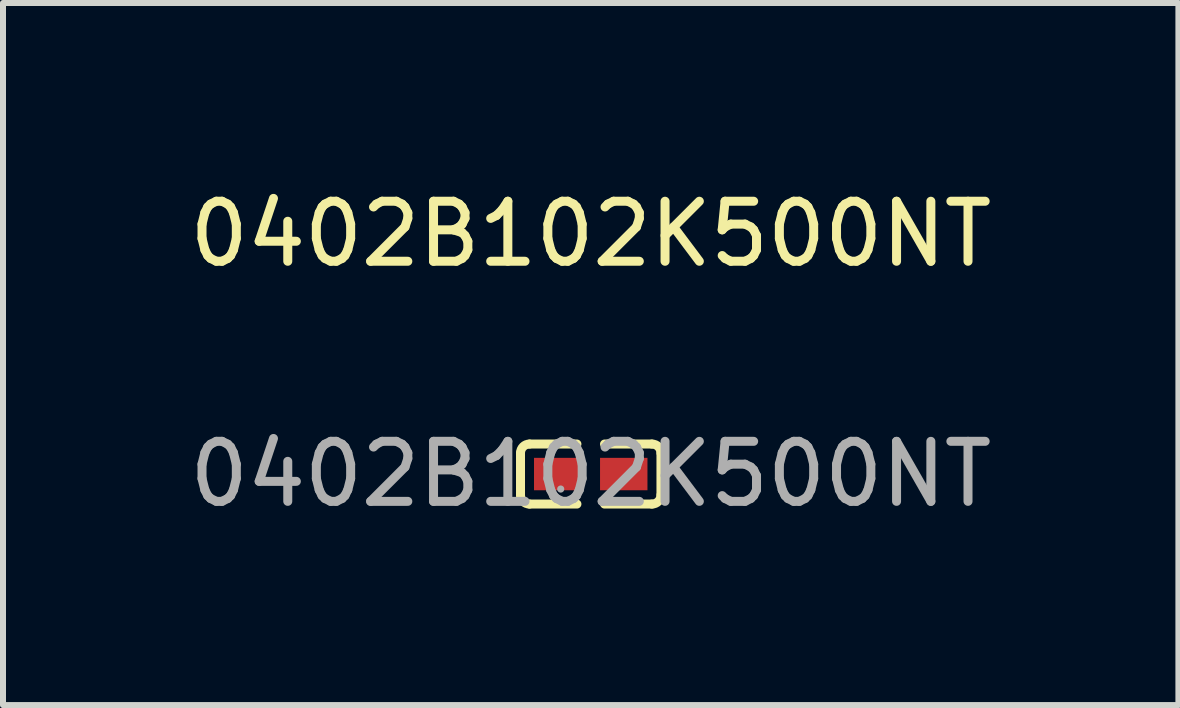
<source format=kicad_pcb>
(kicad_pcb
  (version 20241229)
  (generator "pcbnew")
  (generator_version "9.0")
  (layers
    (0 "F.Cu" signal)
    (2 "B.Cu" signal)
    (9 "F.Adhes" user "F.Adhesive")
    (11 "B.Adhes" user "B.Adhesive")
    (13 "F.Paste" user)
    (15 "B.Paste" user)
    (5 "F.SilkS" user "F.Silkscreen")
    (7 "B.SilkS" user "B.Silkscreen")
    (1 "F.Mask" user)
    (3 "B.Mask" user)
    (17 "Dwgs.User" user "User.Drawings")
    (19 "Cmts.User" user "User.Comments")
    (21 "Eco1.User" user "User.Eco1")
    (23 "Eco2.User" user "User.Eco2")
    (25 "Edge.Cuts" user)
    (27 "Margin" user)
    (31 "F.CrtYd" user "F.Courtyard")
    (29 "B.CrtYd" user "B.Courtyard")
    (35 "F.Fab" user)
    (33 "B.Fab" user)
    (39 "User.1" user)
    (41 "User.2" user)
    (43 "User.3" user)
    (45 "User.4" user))
  (footprint "0402B102K500NT"
    (layer "F.Cu")
    (at 6.792 4.848)
    (property "Reference" "0402B102K500NT" (at 0 -4 0) (layer "F.SilkS") (effects (font (size 1 1) (thickness 0.15))))
    (attr smd)
    (fp_line (start -1.17 0.35) (end -1.17 -0.35) (stroke (width 0.15) (type solid)) (layer "F.SilkS"))
    (fp_line (start -1.02 -0.5) (end -0.23 -0.5) (stroke (width 0.15) (type solid)) (layer "F.SilkS"))
    (fp_line (start -0.23 0.5) (end -1.02 0.5) (stroke (width 0.15) (type solid)) (layer "F.SilkS"))
    (fp_line (start 0.23 0.5) (end 1.02 0.5) (stroke (width 0.15) (type solid)) (layer "F.SilkS"))
    (fp_line (start 1.02 -0.5) (end 0.23 -0.5) (stroke (width 0.15) (type solid)) (layer "F.SilkS"))
    (fp_line (start 1.17 0.35) (end 1.17 -0.35) (stroke (width 0.15) (type solid)) (layer "F.SilkS"))
    (fp_arc (start -1.17 -0.35) (mid -1.126066 -0.456066) (end -1.02 -0.5) (stroke (width 0.15) (type solid)) (layer "F.SilkS"))
    (fp_arc (start -1.02 0.5) (mid -1.126066 0.456066) (end -1.17 0.35) (stroke (width 0.15) (type solid)) (layer "F.SilkS"))
    (fp_arc (start 1.02 -0.5) (mid 1.126066 -0.456066) (end 1.17 -0.35) (stroke (width 0.15) (type solid)) (layer "F.SilkS"))
    (fp_arc (start 1.17 0.35) (mid 1.126066 0.456066) (end 1.02 0.5) (stroke (width 0.15) (type solid)) (layer "F.SilkS"))
    (fp_circle (center -0.5 0.25) (end -0.47 0.25) (stroke (width 0.06) (type solid)) (fill no) (layer "F.Fab"))
    (fp_text user "${REFERENCE}" (at 0 0 0) (layer "F.Fab") (effects (font (size 1 1) (thickness 0.15))))
    (pad "1" smd rect (at -0.55 0) (size 0.79 0.54) (layers "F.Cu" "F.Mask" "F.Paste"))
    (pad "2" smd rect (at 0.55 0) (size 0.79 0.54) (layers "F.Cu" "F.Mask" "F.Paste")))
  (gr_rect
    (start -3 -3)
    (end 16.583 8.697)
    (stroke (width 0.1) (type default))
    (fill no)
    (layer "Edge.Cuts")))
</source>
